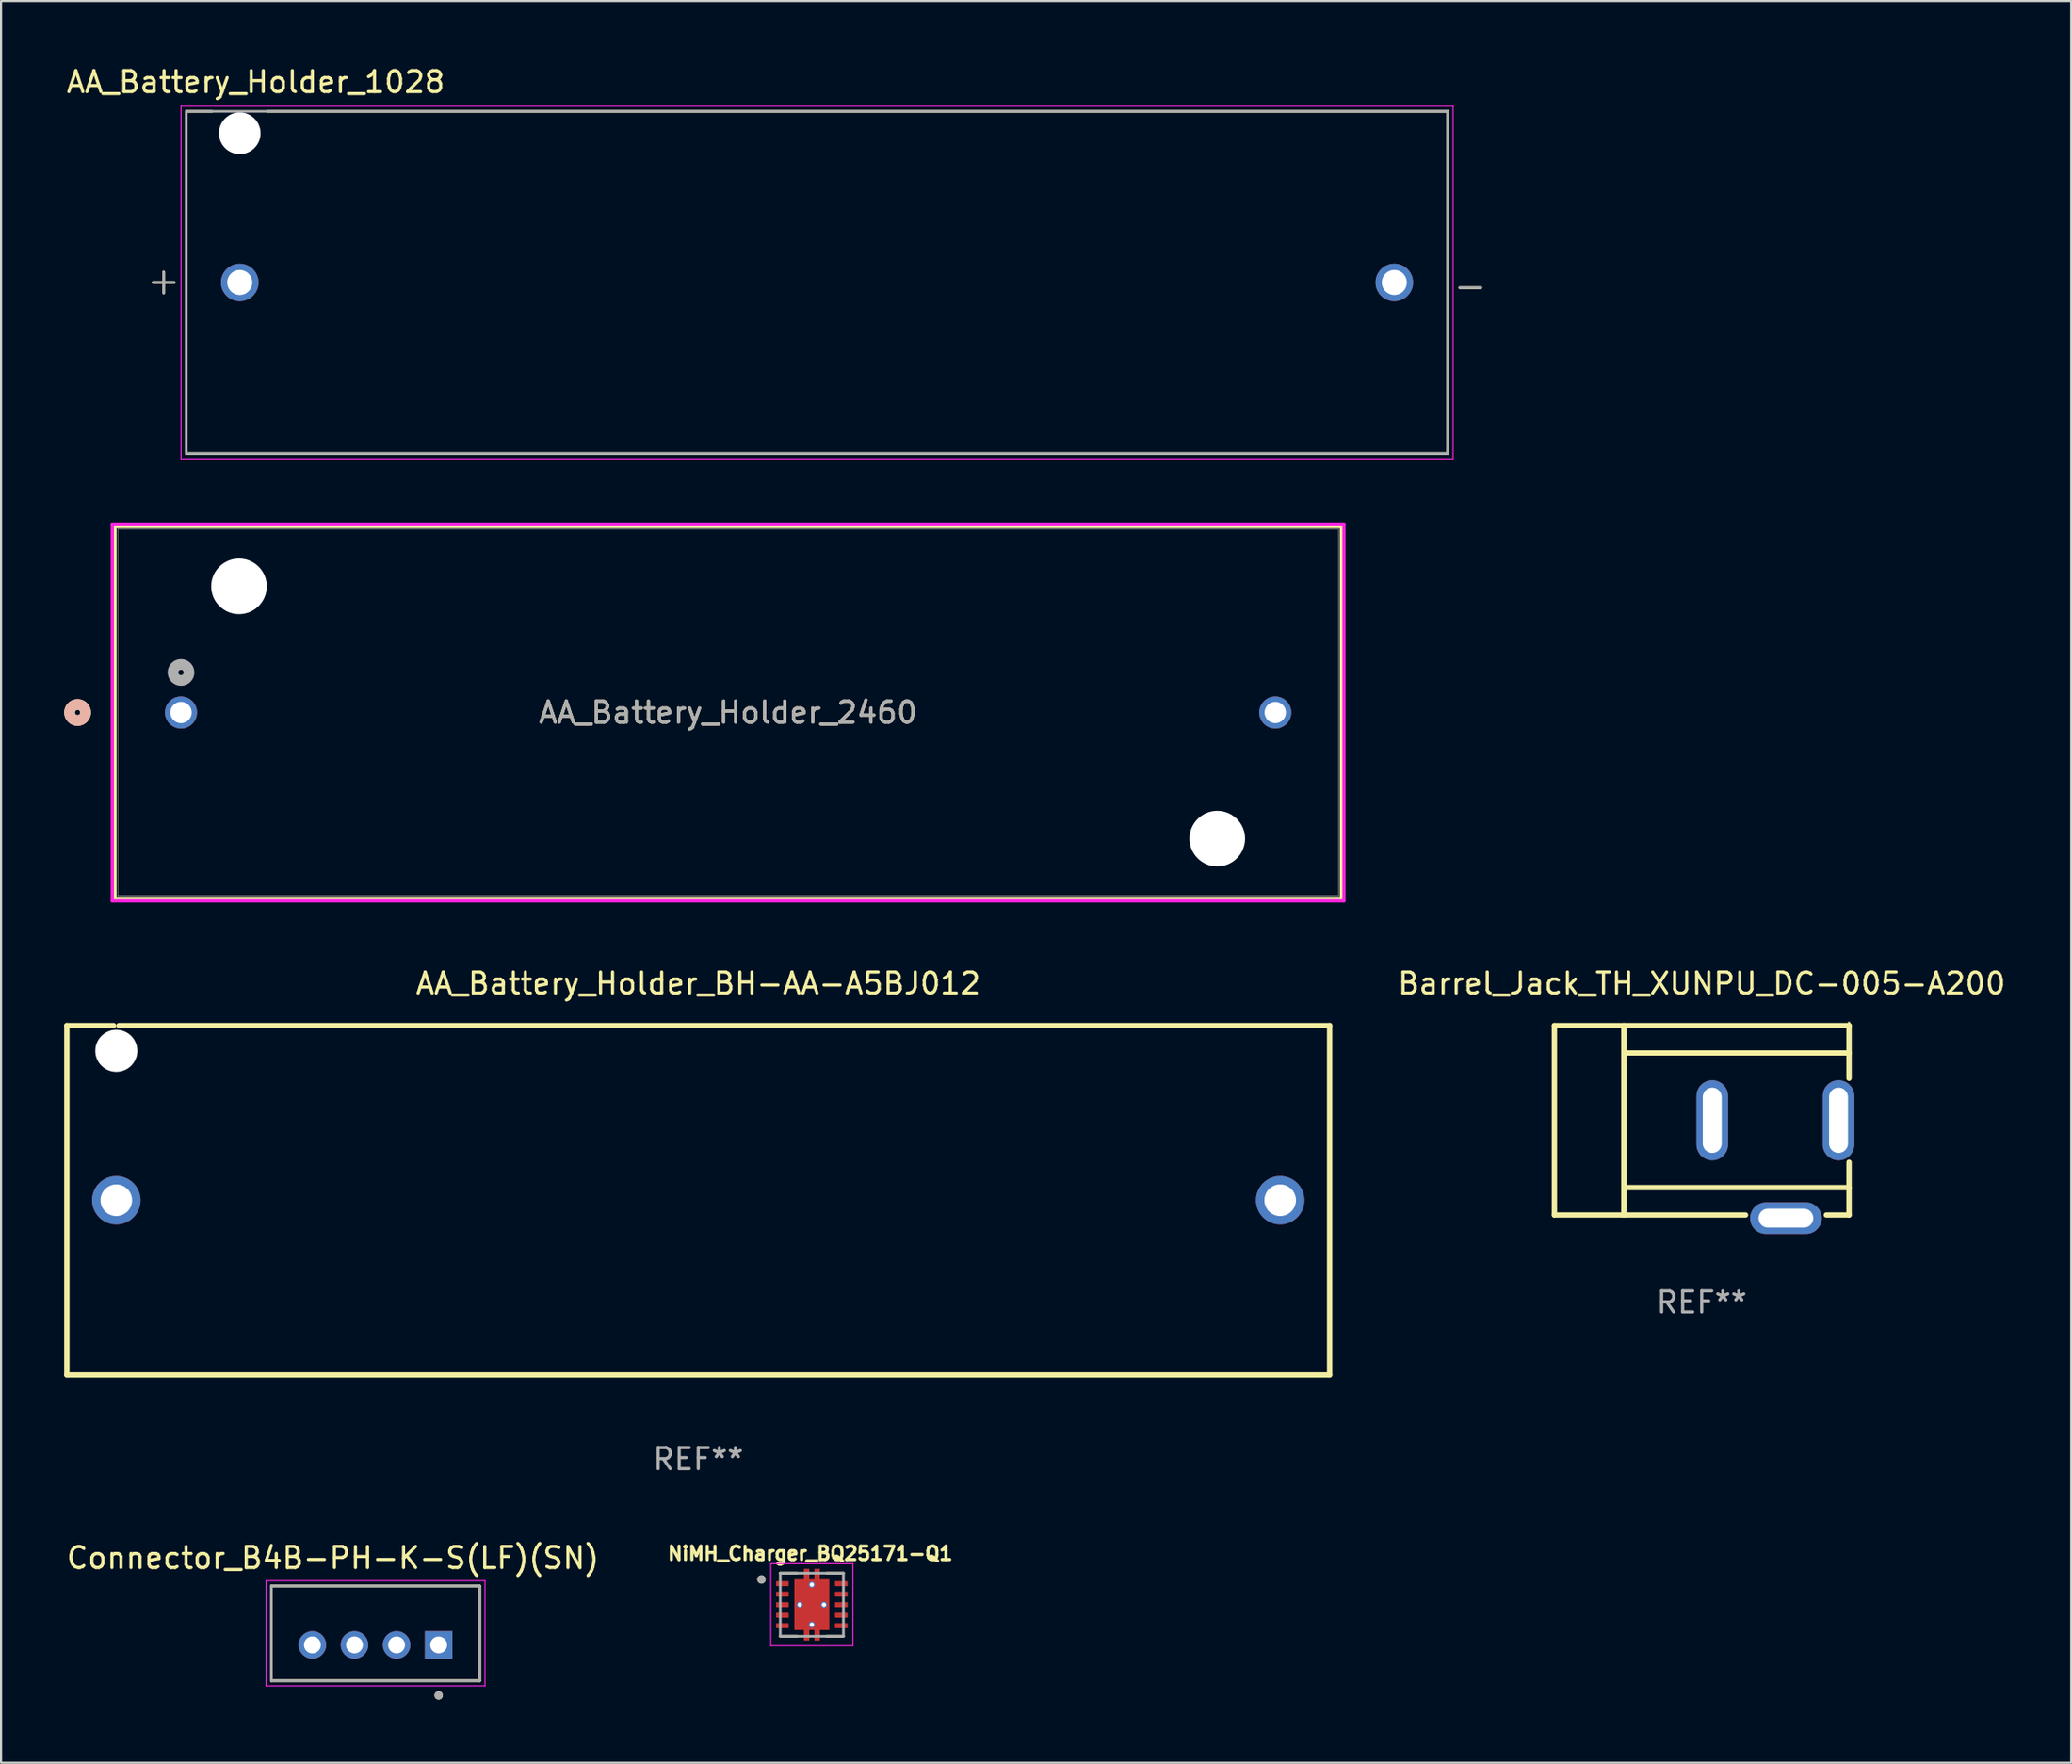
<source format=kicad_pcb>
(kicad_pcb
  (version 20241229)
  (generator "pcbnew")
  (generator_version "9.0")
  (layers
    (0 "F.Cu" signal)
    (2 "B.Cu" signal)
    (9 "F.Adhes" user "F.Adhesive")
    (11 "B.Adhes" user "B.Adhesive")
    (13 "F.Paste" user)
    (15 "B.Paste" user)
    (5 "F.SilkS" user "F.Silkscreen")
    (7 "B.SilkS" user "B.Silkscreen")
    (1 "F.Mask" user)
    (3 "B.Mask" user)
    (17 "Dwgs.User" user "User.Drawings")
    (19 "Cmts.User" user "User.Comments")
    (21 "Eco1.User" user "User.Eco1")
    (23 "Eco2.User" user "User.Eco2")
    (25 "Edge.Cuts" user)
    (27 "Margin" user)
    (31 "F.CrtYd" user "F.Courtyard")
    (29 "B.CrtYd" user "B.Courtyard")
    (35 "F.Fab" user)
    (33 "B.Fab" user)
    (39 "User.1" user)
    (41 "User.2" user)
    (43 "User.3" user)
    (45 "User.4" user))
  (footprint "NiMH_Charger_BQ25171-Q1"
    (layer "F.Cu")
    (at 35.525 73.205)
    (property "Reference" "NiMH_Charger_BQ25171-Q1" (at -0.078 -2.433 0) (layer "F.SilkS") (effects (font (size 0.64 0.64) (thickness 0.15))))
    (attr smd)
    (fp_poly (pts (xy -1.77 -1.19) (xy -1.03 -1.19) (xy -1.03 -0.81) (xy -1.77 -0.81)) (stroke (width 0.01) (type solid)) (fill yes) (layer "F.Mask"))
    (fp_poly (pts (xy -1.77 -0.69) (xy -1.03 -0.69) (xy -1.03 -0.31) (xy -1.77 -0.31)) (stroke (width 0.01) (type solid)) (fill yes) (layer "F.Mask"))
    (fp_poly (pts (xy -1.77 -0.19) (xy -1.03 -0.19) (xy -1.03 0.19) (xy -1.77 0.19)) (stroke (width 0.01) (type solid)) (fill yes) (layer "F.Mask"))
    (fp_poly (pts (xy -1.77 0.31) (xy -1.03 0.31) (xy -1.03 0.69) (xy -1.77 0.69)) (stroke (width 0.01) (type solid)) (fill yes) (layer "F.Mask"))
    (fp_poly (pts (xy -1.77 0.81) (xy -1.03 0.81) (xy -1.03 1.19) (xy -1.77 1.19)) (stroke (width 0.01) (type solid)) (fill yes) (layer "F.Mask"))
    (fp_poly (pts (xy 1.03 -1.19) (xy 1.77 -1.19) (xy 1.77 -0.81) (xy 1.03 -0.81)) (stroke (width 0.01) (type solid)) (fill yes) (layer "F.Mask"))
    (fp_poly (pts (xy 1.03 -0.69) (xy 1.77 -0.69) (xy 1.77 -0.31) (xy 1.03 -0.31)) (stroke (width 0.01) (type solid)) (fill yes) (layer "F.Mask"))
    (fp_poly (pts (xy 1.03 -0.19) (xy 1.77 -0.19) (xy 1.77 0.19) (xy 1.03 0.19)) (stroke (width 0.01) (type solid)) (fill yes) (layer "F.Mask"))
    (fp_poly (pts (xy 1.03 0.31) (xy 1.77 0.31) (xy 1.77 0.69) (xy 1.03 0.69)) (stroke (width 0.01) (type solid)) (fill yes) (layer "F.Mask"))
    (fp_poly (pts (xy 1.03 0.81) (xy 1.77 0.81) (xy 1.77 1.19) (xy 1.03 1.19)) (stroke (width 0.01) (type solid)) (fill yes) (layer "F.Mask"))
    (fp_poly (pts (xy -0.895 -1.27) (xy -0.445 -1.27) (xy -0.445 -1.77) (xy -0.055 -1.77) (xy -0.055 -1.27) (xy 0.055 -1.27) (xy 0.055 -1.77) (xy 0.445 -1.77) (xy 0.445 -1.27) (xy 0.895 -1.27) (xy 0.895 1.27) (xy 0.445 1.27) (xy 0.445 1.77) (xy 0.055 1.77) (xy 0.055 1.27) (xy -0.055 1.27) (xy -0.055 1.77) (xy -0.445 1.77) (xy -0.445 1.27) (xy -0.895 1.27)) (stroke (width 0.01) (type solid)) (fill yes) (layer "F.Mask"))
    (fp_line (start -1.5 -1.5) (end -0.695 -1.5) (stroke (width 0.127) (type solid)) (layer "F.SilkS"))
    (fp_line (start -1.5 1.5) (end -0.695 1.5) (stroke (width 0.127) (type solid)) (layer "F.SilkS"))
    (fp_line (start 0.695 -1.5) (end 1.5 -1.5) (stroke (width 0.127) (type solid)) (layer "F.SilkS"))
    (fp_line (start 0.695 1.5) (end 1.5 1.5) (stroke (width 0.127) (type solid)) (layer "F.SilkS"))
    (fp_circle (center -2.395 -1.2) (end -2.295 -1.2) (stroke (width 0.2) (type solid)) (fill no) (layer "F.SilkS"))
    (fp_poly (pts (xy -0.75 -1.16) (xy 0.75 -1.16) (xy 0.75 -0.1) (xy -0.75 -0.1)) (stroke (width 0.01) (type solid)) (fill yes) (layer "F.Paste"))
    (fp_poly (pts (xy -0.75 0.1) (xy 0.75 0.1) (xy 0.75 1.16) (xy -0.75 1.16)) (stroke (width 0.01) (type solid)) (fill yes) (layer "F.Paste"))
    (fp_poly (pts (xy -0.375 -1.7) (xy -0.125 -1.7) (xy -0.125 -1.36) (xy -0.375 -1.36)) (stroke (width 0.01) (type solid)) (fill yes) (layer "F.Paste"))
    (fp_poly (pts (xy -0.375 1.36) (xy -0.125 1.36) (xy -0.125 1.7) (xy -0.375 1.7)) (stroke (width 0.01) (type solid)) (fill yes) (layer "F.Paste"))
    (fp_poly (pts (xy 0.125 -1.7) (xy 0.375 -1.7) (xy 0.375 -1.36) (xy 0.125 -1.36)) (stroke (width 0.01) (type solid)) (fill yes) (layer "F.Paste"))
    (fp_poly (pts (xy 0.125 1.36) (xy 0.375 1.36) (xy 0.375 1.7) (xy 0.125 1.7)) (stroke (width 0.01) (type solid)) (fill yes) (layer "F.Paste"))
    (fp_line (start -1.95 -1.95) (end -1.95 1.95) (stroke (width 0.05) (type solid)) (layer "F.CrtYd"))
    (fp_line (start -1.95 -1.95) (end 1.95 -1.95) (stroke (width 0.05) (type solid)) (layer "F.CrtYd"))
    (fp_line (start -1.95 1.95) (end 1.95 1.95) (stroke (width 0.05) (type solid)) (layer "F.CrtYd"))
    (fp_line (start 1.95 -1.95) (end 1.95 1.95) (stroke (width 0.05) (type solid)) (layer "F.CrtYd"))
    (fp_line (start -1.5 -1.5) (end -1.5 1.5) (stroke (width 0.127) (type solid)) (layer "F.Fab"))
    (fp_line (start -1.5 -1.5) (end 1.5 -1.5) (stroke (width 0.127) (type solid)) (layer "F.Fab"))
    (fp_line (start -1.5 1.5) (end 1.5 1.5) (stroke (width 0.127) (type solid)) (layer "F.Fab"))
    (fp_line (start 1.5 -1.5) (end 1.5 1.5) (stroke (width 0.127) (type solid)) (layer "F.Fab"))
    (fp_circle (center -2.395 -1.2) (end -2.295 -1.2) (stroke (width 0.2) (type solid)) (fill no) (layer "F.Fab"))
    (pad "1" smd roundrect (at -1.4 -1) (size 0.6 0.24) (layers "F.Cu" "F.Paste") (roundrect_rratio 0.125))
    (pad "2" smd roundrect (at -1.4 -0.5) (size 0.6 0.24) (layers "F.Cu" "F.Paste") (roundrect_rratio 0.125))
    (pad "3" smd roundrect (at -1.4 0) (size 0.6 0.24) (layers "F.Cu" "F.Paste") (roundrect_rratio 0.125))
    (pad "4" smd roundrect (at -1.4 0.5) (size 0.6 0.24) (layers "F.Cu" "F.Paste") (roundrect_rratio 0.125))
    (pad "5" smd roundrect (at -1.4 1) (size 0.6 0.24) (layers "F.Cu" "F.Paste") (roundrect_rratio 0.125))
    (pad "6" smd roundrect (at 1.4 1) (size 0.6 0.24) (layers "F.Cu" "F.Paste") (roundrect_rratio 0.125))
    (pad "7" smd roundrect (at 1.4 0.5) (size 0.6 0.24) (layers "F.Cu" "F.Paste") (roundrect_rratio 0.125))
    (pad "8" smd roundrect (at 1.4 0) (size 0.6 0.24) (layers "F.Cu" "F.Paste") (roundrect_rratio 0.125))
    (pad "9" smd roundrect (at 1.4 -0.5) (size 0.6 0.24) (layers "F.Cu" "F.Paste") (roundrect_rratio 0.125))
    (pad "10" smd roundrect (at 1.4 -1) (size 0.6 0.24) (layers "F.Cu" "F.Paste") (roundrect_rratio 0.125))
    (pad "11" smd custom (at 0 0) (size 1.65 2.4) (layers "F.Cu") (options (anchor rect)) (primitives (gr_poly (pts (xy -0.825 -1.2) (xy -0.375 -1.2) (xy -0.375 -1.7) (xy -0.125 -1.7) (xy -0.125 -1.2) (xy 0.125 -1.2) (xy 0.125 -1.7) (xy 0.375 -1.7) (xy 0.375 -1.2) (xy 0.825 -1.2) (xy 0.825 1.2) (xy 0.375 1.2) (xy 0.375 1.7) (xy 0.125 1.7) (xy 0.125 1.2) (xy -0.125 1.2) (xy -0.125 1.7) (xy -0.375 1.7) (xy -0.375 1.2) (xy -0.825 1.2)) (width 0.01) (fill yes))))
    (pad "12" thru_hole circle (at 0 0.95) (size 0.3 0.3) (drill 0.2) (layers "*.Cu"))
    (pad "13" thru_hole circle (at -0.575 0) (size 0.3 0.3) (drill 0.2) (layers "*.Cu"))
    (pad "14" thru_hole circle (at 0.575 0) (size 0.3 0.3) (drill 0.2) (layers "*.Cu"))
    (pad "15" thru_hole circle (at 0 -0.95) (size 0.3 0.3) (drill 0.2) (layers "*.Cu")))
  (footprint "AA_Battery_Holder_BH-AA-A5BJ012"
    (layer "F.Cu")
    (at 30.127 53.986)
    (property "Reference" "AA_Battery_Holder_BH-AA-A5BJ012" (at 0 -10.3 0) (layer "F.SilkS") (effects (font (size 1 1) (thickness 0.15))))
    (attr through_hole)
    (fp_line (start -30 -8.3) (end -27.778 -8.3) (stroke (width 0.254) (type solid)) (layer "F.SilkS"))
    (fp_line (start -30 8.3) (end -30 -8.3) (stroke (width 0.254) (type solid)) (layer "F.SilkS"))
    (fp_line (start -27.522 -8.3) (end 30 -8.3) (stroke (width 0.254) (type solid)) (layer "F.SilkS"))
    (fp_line (start 30 -8.3) (end 30 8.3) (stroke (width 0.254) (type solid)) (layer "F.SilkS"))
    (fp_line (start 30 8.3) (end -30 8.3) (stroke (width 0.254) (type solid)) (layer "F.SilkS"))
    (fp_circle (center -30 8.3) (end -29.97 8.3) (stroke (width 0.06) (type solid)) (fill no) (layer "F.SilkS"))
    (fp_circle (center -27.65 -7.1) (end -27.25 -7.1) (stroke (width 0.8) (type solid)) (fill no) (layer "F.Fab"))
    (fp_text user "REF**" (at 0 12.3 0) (layer "F.Fab") (effects (font (size 1 1) (thickness 0.15))))
    (pad "" np_thru_hole circle (at -27.65 -7.1) (size 2 2) (drill 2) (layers "*.Cu" "*.Mask"))
    (pad "1" thru_hole circle (at -27.65 0) (size 2.3 2.3) (drill 1.5) (layers "*.Cu" "*.Mask"))
    (pad "2" thru_hole circle (at 27.65 0) (size 2.3 2.3) (drill 1.5) (layers "*.Cu" "*.Mask")))
  (footprint "AA_Battery_Holder_1028"
    (layer "F.Cu")
    (at 35.771 10.373)
    (property "Reference" "AA_Battery_Holder_1028" (at -26.67 -9.525 0) (layer "F.SilkS") (effects (font (size 1 1) (thickness 0.15))))
    (attr through_hole)
    (fp_line (start -31.042 -0.5) (end -31.042 0.5) (stroke (width 0.127) (type solid)) (layer "F.SilkS"))
    (fp_line (start -30.542 0) (end -31.542 0) (stroke (width 0.127) (type solid)) (layer "F.SilkS"))
    (fp_line (start -29.97 -8.13) (end -28.75 -8.13) (stroke (width 0.127) (type solid)) (layer "F.SilkS"))
    (fp_line (start -29.97 8.13) (end -29.97 -8.13) (stroke (width 0.127) (type solid)) (layer "F.SilkS"))
    (fp_line (start -26.11 -8.13) (end 29.97 -8.13) (stroke (width 0.127) (type solid)) (layer "F.SilkS"))
    (fp_line (start 29.97 -8.13) (end 29.97 8.13) (stroke (width 0.127) (type solid)) (layer "F.SilkS"))
    (fp_line (start 29.97 8.13) (end -29.97 8.13) (stroke (width 0.127) (type solid)) (layer "F.SilkS"))
    (fp_line (start 30.542 0.25) (end 31.542 0.25) (stroke (width 0.127) (type solid)) (layer "F.SilkS"))
    (fp_line (start -30.22 -8.38) (end 30.22 -8.38) (stroke (width 0.05) (type solid)) (layer "F.CrtYd"))
    (fp_line (start -30.22 8.38) (end -30.22 -8.38) (stroke (width 0.05) (type solid)) (layer "F.CrtYd"))
    (fp_line (start 30.22 -8.38) (end 30.22 8.38) (stroke (width 0.05) (type solid)) (layer "F.CrtYd"))
    (fp_line (start 30.22 8.38) (end -30.22 8.38) (stroke (width 0.05) (type solid)) (layer "F.CrtYd"))
    (fp_line (start -31.542 0) (end -30.542 0) (stroke (width 0.127) (type solid)) (layer "F.Fab"))
    (fp_line (start -31.042 -0.5) (end -31.042 0.5) (stroke (width 0.127) (type solid)) (layer "F.Fab"))
    (fp_line (start -29.97 -8.13) (end 29.97 -8.13) (stroke (width 0.127) (type solid)) (layer "F.Fab"))
    (fp_line (start -29.97 8.13) (end -29.97 -8.13) (stroke (width 0.127) (type solid)) (layer "F.Fab"))
    (fp_line (start 29.97 -8.13) (end 29.97 8.13) (stroke (width 0.127) (type solid)) (layer "F.Fab"))
    (fp_line (start 29.97 8.13) (end -29.97 8.13) (stroke (width 0.127) (type solid)) (layer "F.Fab"))
    (fp_line (start 30.542 0.25) (end 31.542 0.25) (stroke (width 0.127) (type solid)) (layer "F.Fab"))
    (pad "" np_thru_hole circle (at -27.43 -7.09) (size 1.98 1.98) (drill 1.98) (layers "*.Cu" "*.Mask"))
    (pad "N" thru_hole circle (at 27.43 0) (size 1.785 1.785) (drill 1.19) (layers "*.Cu" "*.Mask"))
    (pad "P" thru_hole circle (at -27.43 0) (size 1.785 1.785) (drill 1.19) (layers "*.Cu" "*.Mask")))
  (footprint "Barrel_Jack_TH_XUNPU_DC-005-A200"
    (layer "F.Cu")
    (at 81.307 52.512)
    (property "Reference" "Barrel_Jack_TH_XUNPU_DC-005-A200" (at -3.5 -8.826 0) (layer "F.SilkS") (effects (font (size 1 1) (thickness 0.15))))
    (attr through_hole)
    (fp_line (start -10.5 -6.826) (end 3.5 -6.826) (stroke (width 0.254) (type solid)) (layer "F.SilkS"))
    (fp_line (start -10.5 2.174) (end -10.5 -6.826) (stroke (width 0.254) (type solid)) (layer "F.SilkS"))
    (fp_line (start -7.2 2.174) (end -7.2 -6.826) (stroke (width 0.254) (type solid)) (layer "F.SilkS"))
    (fp_line (start -7.12 -5.525) (end 3.5 -5.525) (stroke (width 0.254) (type solid)) (layer "F.SilkS"))
    (fp_line (start -7.12 0.874) (end 3.5 0.874) (stroke (width 0.254) (type solid)) (layer "F.SilkS"))
    (fp_line (start -1.419 2.174) (end -10.5 2.174) (stroke (width 0.254) (type solid)) (layer "F.SilkS"))
    (fp_line (start 3.5 -6.826) (end 3.5 -4.319) (stroke (width 0.254) (type solid)) (layer "F.SilkS"))
    (fp_line (start 3.5 -0.332) (end 3.5 2.174) (stroke (width 0.254) (type solid)) (layer "F.SilkS"))
    (fp_line (start 3.5 2.174) (end 2.42 2.174) (stroke (width 0.254) (type solid)) (layer "F.SilkS"))
    (fp_circle (center 3.5 -6.953) (end 3.53 -6.953) (stroke (width 0.06) (type solid)) (fill no) (layer "F.SilkS"))
    (fp_text user "REF**" (at -3.5 6.325 0) (layer "F.Fab") (effects (font (size 1 1) (thickness 0.15))))
    (pad "1" thru_hole oval (at 3 -2.325) (size 1.5 3.8) (drill oval 0.9 3.1) (layers "*.Cu" "*.Mask"))
    (pad "2" thru_hole oval (at -3 -2.325 180) (size 1.5 3.8) (drill oval 0.9 3.1) (layers "*.Cu" "*.Mask"))
    (pad "3" thru_hole oval (at 0.5 2.325 270) (size 1.5 3.4) (drill oval 0.9 2.6) (layers "*.Cu" "*.Mask")))
  (footprint "AA_Battery_Holder_2460"
    (layer "F.Cu")
    (at 5.55 30.808)
    (property "Reference" "AA_Battery_Holder_2460" (at 25.997 0 0) (unlocked yes) (layer "F.SilkS") (effects (font (size 1 1) (thickness 0.15))))
    (attr through_hole)
    (fp_line (start -3.137 -8.826) (end -3.137 8.826) (stroke (width 0.152) (type solid)) (layer "F.SilkS"))
    (fp_line (start -3.137 8.826) (end 55.131 8.826) (stroke (width 0.152) (type solid)) (layer "F.SilkS"))
    (fp_line (start 55.131 -8.826) (end -3.137 -8.826) (stroke (width 0.152) (type solid)) (layer "F.SilkS"))
    (fp_line (start 55.131 8.826) (end 55.131 -8.826) (stroke (width 0.152) (type solid)) (layer "F.SilkS"))
    (fp_circle (center -4.915 0) (end -4.534 0) (stroke (width 0.508) (type solid)) (fill no) (layer "F.SilkS"))
    (fp_circle (center -4.915 0) (end -4.534 0) (stroke (width 0.508) (type solid)) (fill no) (layer "B.SilkS"))
    (fp_line (start -3.264 -8.954) (end -3.264 8.954) (stroke (width 0.152) (type solid)) (layer "F.CrtYd"))
    (fp_line (start -3.264 8.954) (end 55.258 8.954) (stroke (width 0.152) (type solid)) (layer "F.CrtYd"))
    (fp_line (start 55.258 -8.954) (end -3.264 -8.954) (stroke (width 0.152) (type solid)) (layer "F.CrtYd"))
    (fp_line (start 55.258 8.954) (end 55.258 -8.954) (stroke (width 0.152) (type solid)) (layer "F.CrtYd"))
    (fp_line (start -3.01 -8.7) (end -3.01 8.7) (stroke (width 0.025) (type solid)) (layer "F.Fab"))
    (fp_line (start -3.01 8.7) (end 55.004 8.7) (stroke (width 0.025) (type solid)) (layer "F.Fab"))
    (fp_line (start 55.004 -8.7) (end -3.01 -8.7) (stroke (width 0.025) (type solid)) (layer "F.Fab"))
    (fp_line (start 55.004 8.7) (end 55.004 -8.7) (stroke (width 0.025) (type solid)) (layer "F.Fab"))
    (fp_circle (center 0 -1.905) (end 0.381 -1.905) (stroke (width 0.508) (type solid)) (fill no) (layer "F.Fab"))
    (fp_text user "${REFERENCE}" (at 25.997 0 0) (unlocked yes) (layer "F.Fab") (effects (font (size 1 1) (thickness 0.15))))
    (pad "" np_thru_hole circle (at 2.756 -5.994 90) (size 2.642 2.642) (drill 2.642) (layers "*.Cu" "*.Mask"))
    (pad "" np_thru_hole circle (at 49.238 5.994 90) (size 2.642 2.642) (drill 2.642) (layers "*.Cu" "*.Mask"))
    (pad "1" thru_hole circle (at 0 0) (size 1.524 1.524) (drill 1.016) (layers "*.Cu" "*.Mask"))
    (pad "2" thru_hole circle (at 51.994 0) (size 1.524 1.524) (drill 1.016) (layers "*.Cu" "*.Mask")))
  (footprint "Connector_B4B-PH-K-S(LF)(SN)"
    (layer "F.Cu")
    (at 14.793 74.567)
    (property "Reference" "Connector_B4B-PH-K-S(LF)(SN)" (at -2.025 -3.585 0) (layer "F.SilkS") (effects (font (size 1 1) (thickness 0.15))))
    (attr through_hole)
    (fp_line (start -4.95 -2.25) (end 4.95 -2.25) (stroke (width 0.127) (type solid)) (layer "F.SilkS"))
    (fp_line (start -4.95 2.25) (end -4.95 -2.25) (stroke (width 0.127) (type solid)) (layer "F.SilkS"))
    (fp_line (start 4.95 -2.25) (end 4.95 2.25) (stroke (width 0.127) (type solid)) (layer "F.SilkS"))
    (fp_line (start 4.95 2.25) (end -4.95 2.25) (stroke (width 0.127) (type solid)) (layer "F.SilkS"))
    (fp_circle (center 3 2.95) (end 3.1 2.95) (stroke (width 0.2) (type solid)) (fill no) (layer "F.SilkS"))
    (fp_line (start -5.2 -2.5) (end 5.2 -2.5) (stroke (width 0.05) (type solid)) (layer "F.CrtYd"))
    (fp_line (start -5.2 2.5) (end -5.2 -2.5) (stroke (width 0.05) (type solid)) (layer "F.CrtYd"))
    (fp_line (start 5.2 -2.5) (end 5.2 2.5) (stroke (width 0.05) (type solid)) (layer "F.CrtYd"))
    (fp_line (start 5.2 2.5) (end -5.2 2.5) (stroke (width 0.05) (type solid)) (layer "F.CrtYd"))
    (fp_line (start -4.95 -2.25) (end 4.95 -2.25) (stroke (width 0.127) (type solid)) (layer "F.Fab"))
    (fp_line (start -4.95 2.25) (end -4.95 -2.25) (stroke (width 0.127) (type solid)) (layer "F.Fab"))
    (fp_line (start 4.95 -2.25) (end 4.95 2.25) (stroke (width 0.127) (type solid)) (layer "F.Fab"))
    (fp_line (start 4.95 2.25) (end -4.95 2.25) (stroke (width 0.127) (type solid)) (layer "F.Fab"))
    (fp_circle (center 3 2.95) (end 3.1 2.95) (stroke (width 0.2) (type solid)) (fill no) (layer "F.Fab"))
    (pad "1" thru_hole rect (at 3 0.55) (size 1.308 1.308) (drill 0.8) (layers "*.Cu" "*.Mask"))
    (pad "2" thru_hole circle (at 1 0.55) (size 1.308 1.308) (drill 0.8) (layers "*.Cu" "*.Mask"))
    (pad "3" thru_hole circle (at -1 0.55) (size 1.308 1.308) (drill 0.8) (layers "*.Cu" "*.Mask"))
    (pad "4" thru_hole circle (at -3 0.55) (size 1.308 1.308) (drill 0.8) (layers "*.Cu" "*.Mask")))
  (gr_rect
    (start -3 -3)
    (end 95.361 80.717)
    (stroke (width 0.1) (type default))
    (fill no)
    (layer "Edge.Cuts")))
</source>
